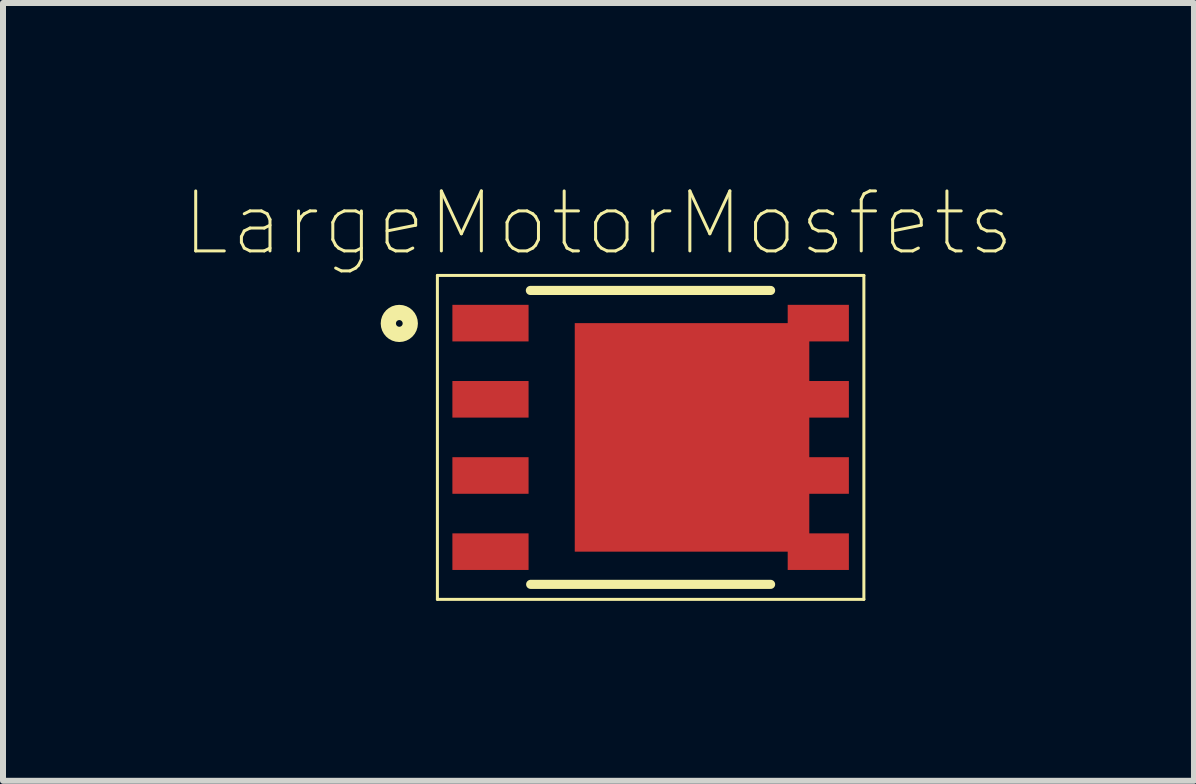
<source format=kicad_pcb>
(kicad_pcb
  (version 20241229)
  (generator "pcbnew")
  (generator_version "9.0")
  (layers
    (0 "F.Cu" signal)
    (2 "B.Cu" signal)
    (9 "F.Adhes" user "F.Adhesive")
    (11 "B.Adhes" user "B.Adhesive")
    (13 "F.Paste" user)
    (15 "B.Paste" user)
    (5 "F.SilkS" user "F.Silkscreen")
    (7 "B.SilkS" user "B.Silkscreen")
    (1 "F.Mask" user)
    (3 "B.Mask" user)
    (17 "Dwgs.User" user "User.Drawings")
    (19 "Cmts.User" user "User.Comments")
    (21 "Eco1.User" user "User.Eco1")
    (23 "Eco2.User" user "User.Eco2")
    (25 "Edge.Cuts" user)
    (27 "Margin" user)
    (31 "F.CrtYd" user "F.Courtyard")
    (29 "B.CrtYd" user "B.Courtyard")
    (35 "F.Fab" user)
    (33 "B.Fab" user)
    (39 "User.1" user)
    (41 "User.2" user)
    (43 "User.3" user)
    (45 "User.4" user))
  (footprint "LargeMotorMosfets"
    (layer "F.Cu")
    (at 7.797 4.242)
    (property "Reference" "LargeMotorMosfets" (at -0.87 -3.569 0) (layer "F.SilkS") (effects (font (size 1 1) (thickness 0.05))))
    (attr smd)
    (fp_line (start -3.555 -2.7) (end 3.555 -2.7) (stroke (width 0.05) (type solid)) (layer "F.SilkS"))
    (fp_line (start -3.555 2.7) (end -3.555 -2.7) (stroke (width 0.05) (type solid)) (layer "F.SilkS"))
    (fp_line (start -2.005 -2.45) (end 2 -2.45) (stroke (width 0.152) (type solid)) (layer "F.SilkS"))
    (fp_line (start -2 2.45) (end 2 2.45) (stroke (width 0.152) (type solid)) (layer "F.SilkS"))
    (fp_line (start 3.555 -2.7) (end 3.555 2.7) (stroke (width 0.05) (type solid)) (layer "F.SilkS"))
    (fp_line (start 3.555 2.7) (end -3.555 2.7) (stroke (width 0.05) (type solid)) (layer "F.SilkS"))
    (fp_circle (center -4.19 -1.9) (end -4.134 -1.9) (stroke (width 0.254) (type solid)) (fill no) (layer "F.SilkS"))
    (fp_poly (pts (xy -0.65 -1.38) (xy 2.03 -1.38) (xy 2.03 1.38) (xy -0.65 1.38)) (stroke (width 0) (type solid)) (fill yes) (layer "F.Paste"))
    (fp_line (start -2.945 -2.45) (end 3.075 -2.45) (stroke (width 0.152) (type solid)) (layer "Eco2.User"))
    (fp_line (start -2.945 2.45) (end -2.945 -2.45) (stroke (width 0.152) (type solid)) (layer "Eco2.User"))
    (fp_line (start 3.075 -2.45) (end 3.075 2.45) (stroke (width 0.152) (type solid)) (layer "Eco2.User"))
    (fp_line (start 3.075 2.45) (end -2.945 2.45) (stroke (width 0.152) (type solid)) (layer "Eco2.User"))
    (pad "1" smd rect (at -2.67 -1.905) (size 1.27 0.61) (layers "F.Cu" "F.Mask" "F.Paste"))
    (pad "2" smd rect (at -2.67 -0.635) (size 1.27 0.61) (layers "F.Cu" "F.Mask" "F.Paste"))
    (pad "3" smd rect (at -2.67 0.635) (size 1.27 0.61) (layers "F.Cu" "F.Mask" "F.Paste"))
    (pad "4" smd rect (at -2.67 1.905) (size 1.27 0.61) (layers "F.Cu" "F.Mask" "F.Paste"))
    (pad "5" smd rect (at 2.795 1.905) (size 1.02 0.61) (layers "F.Cu" "F.Mask" "F.Paste"))
    (pad "6" smd rect (at 2.795 0.635) (size 1.02 0.61) (layers "F.Cu" "F.Mask" "F.Paste"))
    (pad "7" smd rect (at 2.795 -0.635) (size 1.02 0.61) (layers "F.Cu" "F.Mask" "F.Paste"))
    (pad "8" smd rect (at 2.795 -1.905) (size 1.02 0.61) (layers "F.Cu" "F.Mask" "F.Paste"))
    (pad "9" smd rect (at 0.69 0 270) (size 3.81 3.91) (layers "F.Cu" "F.Mask" "F.Paste")))
  (gr_rect
    (start -3 -3)
    (end 16.855 9.967)
    (stroke (width 0.1) (type default))
    (fill no)
    (layer "Edge.Cuts")))
</source>
